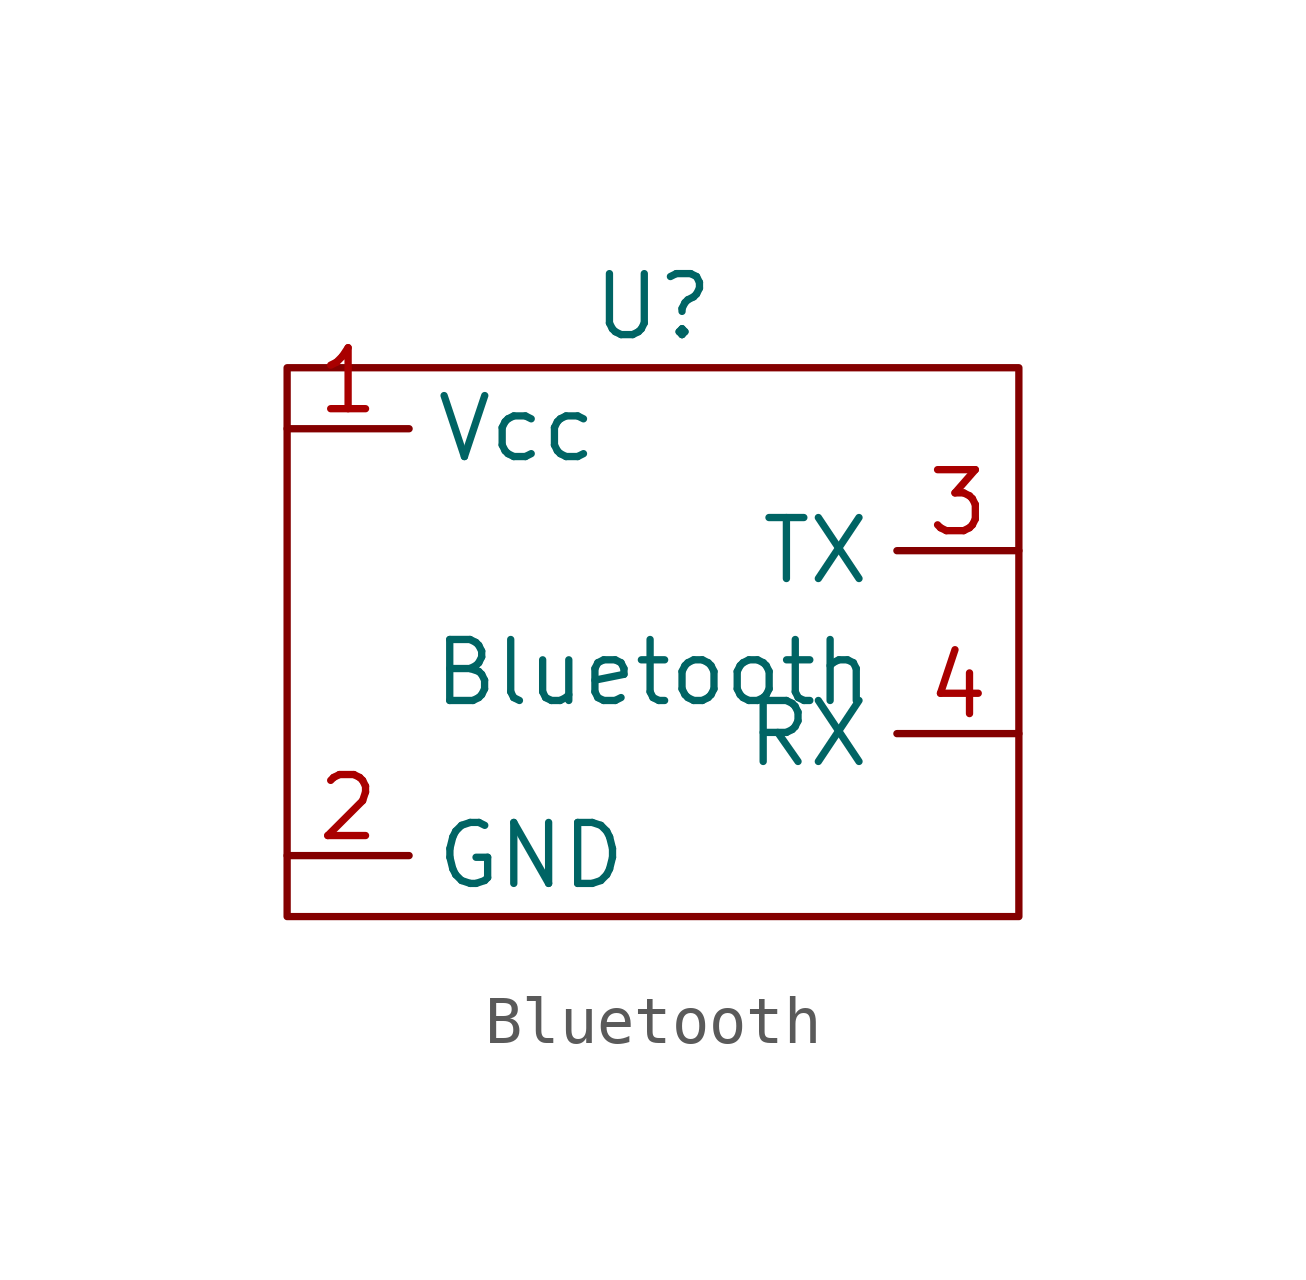
<source format=kicad_sym>
(kicad_symbol_lib
  (version 20211014)
  (generator kicad_symbol_editor)
  (symbol "Bluetooth"
    (property "Reference" "U"
      (at 0 7.62 0)
      (effects (font (size 1.27 1.27))))
    (property "Value" "Bluetooth"
      (at 0 0 0)
      (effects (font (size 1.27 1.27))))
    (symbol "Bluetooth_0_1"
      (rectangle (start -7.62 6.35) (end 7.62 -5.08) (stroke (width 0) (type default) (color 0 0 0 0)) (fill (type none))))
    (symbol "Bluetooth_1_1"
      (pin bidirectional line (at -7.62 5.08 0) (length 2.54) (name "Vcc" (effects (font (size 1.27 1.27)))) (number "1" (effects (font (size 1.27 1.27)))))
      (pin bidirectional line (at -7.62 -3.81 0) (length 2.54) (name "GND" (effects (font (size 1.27 1.27)))) (number "2" (effects (font (size 1.27 1.27)))))
      (pin bidirectional line (at 7.62 2.54 180) (length 2.54) (name "TX" (effects (font (size 1.27 1.27)))) (number "3" (effects (font (size 1.27 1.27)))))
      (pin bidirectional line (at 7.62 -1.27 180) (length 2.54) (name "RX" (effects (font (size 1.27 1.27)))) (number "4" (effects (font (size 1.27 1.27))))))))
</source>
